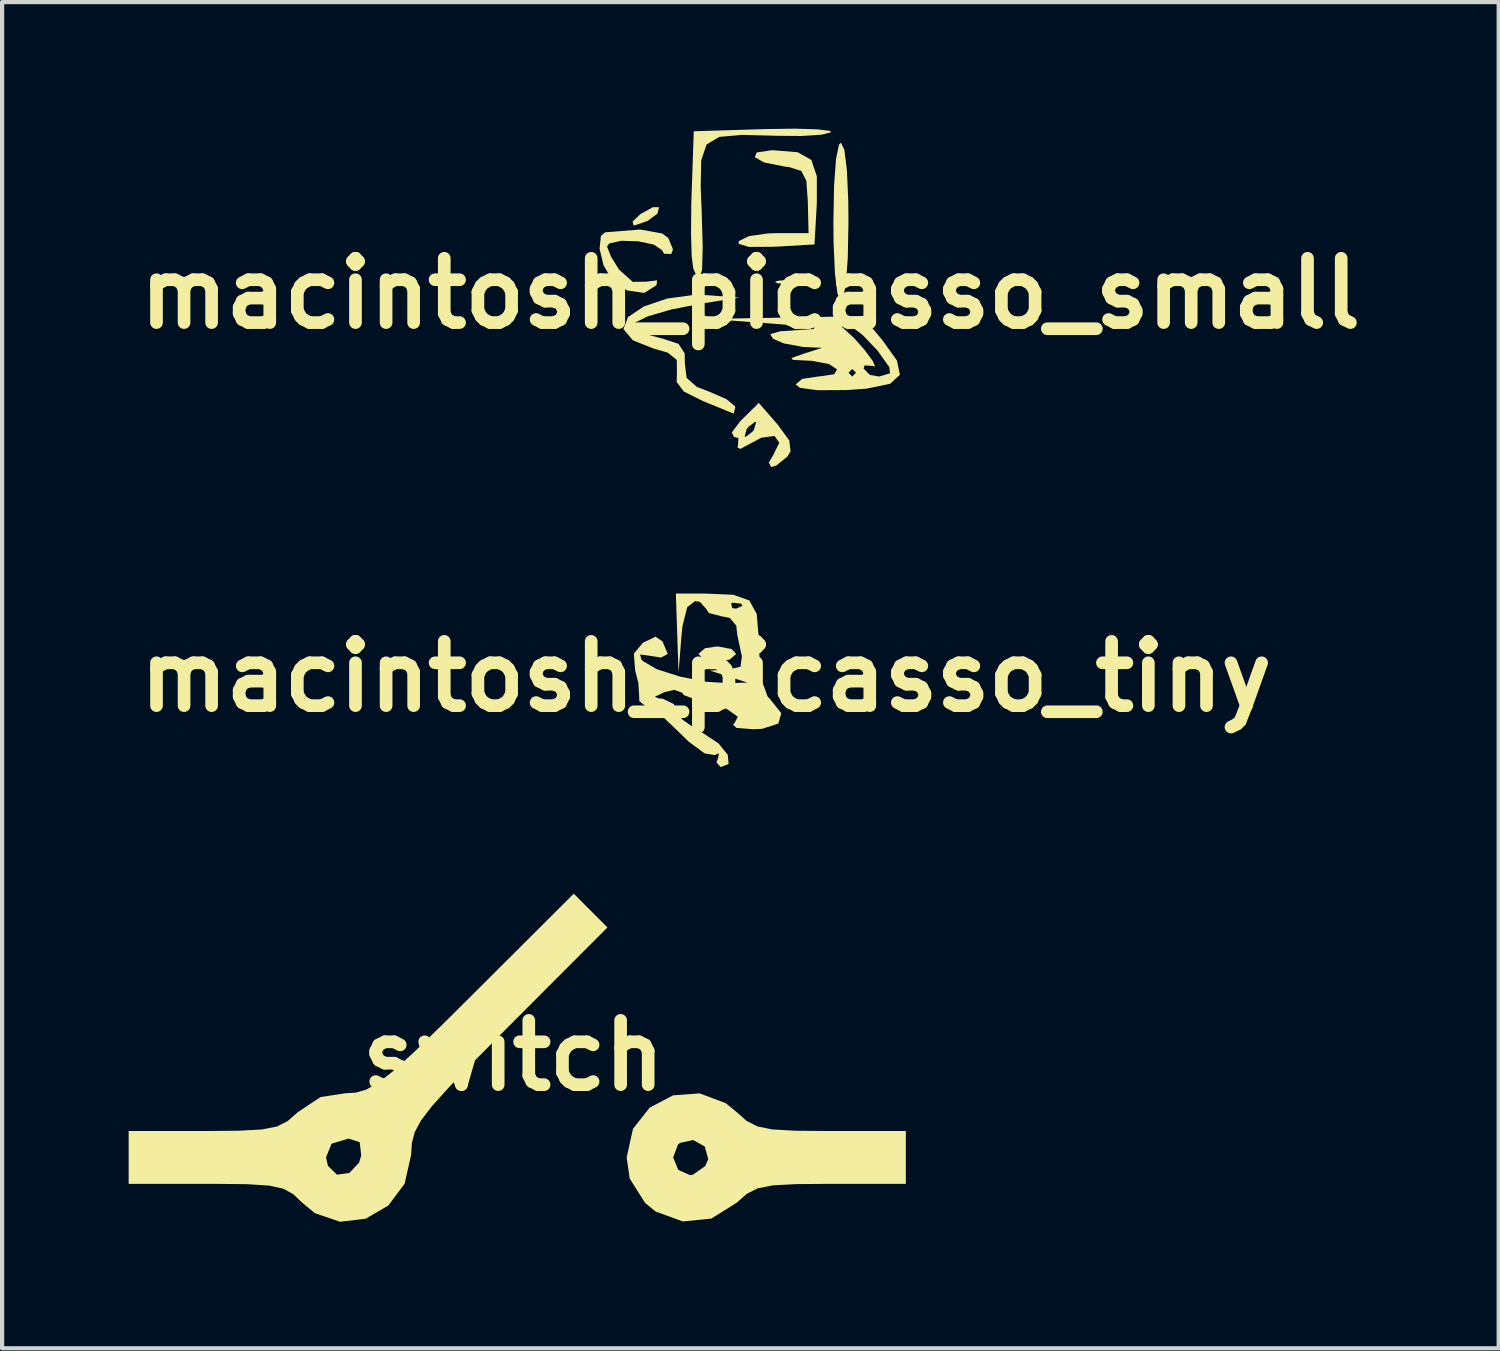
<source format=kicad_pcb>
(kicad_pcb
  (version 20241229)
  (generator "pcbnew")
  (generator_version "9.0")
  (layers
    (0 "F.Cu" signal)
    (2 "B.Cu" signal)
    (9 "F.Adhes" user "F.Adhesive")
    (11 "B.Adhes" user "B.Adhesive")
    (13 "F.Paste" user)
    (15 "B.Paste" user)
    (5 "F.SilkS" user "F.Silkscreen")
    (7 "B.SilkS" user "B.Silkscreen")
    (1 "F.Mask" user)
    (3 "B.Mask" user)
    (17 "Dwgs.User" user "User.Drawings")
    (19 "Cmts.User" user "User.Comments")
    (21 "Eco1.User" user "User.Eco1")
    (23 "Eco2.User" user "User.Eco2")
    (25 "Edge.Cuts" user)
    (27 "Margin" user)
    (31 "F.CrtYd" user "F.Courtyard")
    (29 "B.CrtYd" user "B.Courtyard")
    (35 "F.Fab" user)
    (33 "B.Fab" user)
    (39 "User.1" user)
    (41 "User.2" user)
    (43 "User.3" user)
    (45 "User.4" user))
  (footprint "macintosh_picasso_tiny"
    (layer "F.Cu")
    (at 13.687 12.989)
    (property "Reference" "macintosh_picasso_tiny" (at 0 0 0) (layer "F.SilkS") (effects (font (size 1.524 1.524) (thickness 0.3))))
    (attr board_only exclude_from_pos_files exclude_from_bom)
    (fp_poly (pts (xy 0.604 -0.654) (xy 0.715 -0.537) (xy 0.562 -0.402) (xy 0.268 -0.358) (xy -0.068 -0.419) (xy -0.179 -0.537) (xy -0.026 -0.671) (xy 0.268 -0.715)) (stroke (width 0) (type solid)) (fill yes) (layer "F.SilkS"))
    (fp_poly (pts (xy 0.646 -1.939) (xy 1.026 -1.804) (xy 1.202 -1.486) (xy 1.251 -0.911) (xy 1.252 -0.718) (xy 1.303 0.038) (xy 1.46 0.472) (xy 1.52 0.537) (xy 1.785 0.869) (xy 1.715 1.114) (xy 1.329 1.24) (xy 1.118 1.249) (xy 0.722 1.217) (xy 0.637 1.134) (xy 0.676 1.102) (xy 0.754 0.953) (xy 0.508 0.777) (xy 0.444 0.747) (xy 0.017 0.59) (xy -0.262 0.537) (xy -0.524 0.441) (xy -0.566 0.382) (xy -0.754 0.315) (xy -0.984 0.369) (xy -1.214 0.479) (xy -1.116 0.519) (xy -1.029 0.524) (xy -0.763 0.652) (xy -0.715 0.785) (xy -0.568 1.014) (xy -0.202 1.272) (xy -0.089 1.33) (xy 0.293 1.581) (xy 0.516 1.855) (xy 0.536 2.071) (xy 0.347 2.146) (xy 0.248 2.034) (xy 0.285 1.94) (xy 0.307 1.818) (xy 0.205 1.862) (xy -0.037 1.819) (xy -0.412 1.542) (xy -0.604 1.353) (xy -0.995 0.98) (xy -1.313 0.751) (xy -1.415 0.715) (xy -1.582 0.581) (xy -1.583 0.492) (xy -1.603 0.156) (xy -1.68 -0.147) (xy -1.71 -0.546) (xy -1.493 -0.803) (xy -1.196 -0.945) (xy -1.032 -0.834) (xy -0.907 -0.537) (xy -1.066 -0.45) (xy -1.297 -0.488) (xy -1.563 -0.523) (xy -1.531 -0.406) (xy -1.498 -0.368) (xy -1.165 -0.174) (xy -0.614 0.002) (xy 0.014 0.124) (xy 0.537 0.157) (xy 0.984 0.143) (xy 0.089 -0.143) (xy 0.513 -0.161) (xy 0.818 -0.234) (xy 0.852 -0.483) (xy 0.828 -0.581) (xy 0.74 -0.997) (xy 0.718 -1.207) (xy 0.566 -1.389) (xy 0.358 -1.431) (xy 0.067 -1.506) (xy 0 -1.61) (xy -0.107 -1.729) (xy 0.596 -1.729) (xy 0.621 -1.623) (xy 0.715 -1.61) (xy 0.863 -1.675) (xy 0.835 -1.729) (xy 0.622 -1.751) (xy 0.596 -1.729) (xy -0.107 -1.729) (xy -0.144 -1.77) (xy -0.259 -1.789) (xy -0.445 -1.645) (xy -0.558 -1.194) (xy -0.584 -0.939) (xy -0.651 -0.089) (xy -0.683 -1.029) (xy -0.715 -1.968) (xy -0.015 -1.968)) (stroke (width 0) (type solid)) (fill yes) (layer "F.SilkS")))
  (footprint "switch"
    (layer "F.Cu")
    (at 9.123 21.974)
    (property "Reference" "switch" (at 0 0 0) (layer "F.SilkS") (effects (font (size 1.524 1.524) (thickness 0.3))))
    (attr board_only exclude_from_pos_files exclude_from_bom)
    (fp_poly (pts (xy 5.032 1.129) (xy 5.293 1.342) (xy 5.524 1.547) (xy 5.775 1.678) (xy 6.13 1.75) (xy 6.673 1.782) (xy 7.487 1.789) (xy 7.521 1.789) (xy 9.301 1.789) (xy 9.301 3.041) (xy 7.521 3.041) (xy 6.696 3.047) (xy 6.145 3.077) (xy 5.785 3.148) (xy 5.532 3.277) (xy 5.302 3.48) (xy 5.293 3.488) (xy 4.692 3.864) (xy 4.015 3.933) (xy 3.369 3.697) (xy 3.122 3.496) (xy 2.755 2.916) (xy 2.683 2.415) (xy 3.785 2.415) (xy 3.906 2.709) (xy 4.187 2.835) (xy 4.246 2.828) (xy 4.544 2.622) (xy 4.617 2.457) (xy 4.535 2.156) (xy 4.259 2.002) (xy 3.946 2.071) (xy 3.899 2.111) (xy 3.785 2.415) (xy 2.683 2.415) (xy 2.683 2.415) (xy 2.833 1.737) (xy 3.228 1.235) (xy 3.783 0.943) (xy 4.412 0.896)) (stroke (width 0) (type solid)) (fill yes) (layer "F.SilkS"))
    (fp_poly (pts (xy 1.828 -3.438) (xy 2.228 -3.038) (xy -0.093 -0.712) (xy -0.915 0.116) (xy -1.516 0.737) (xy -1.932 1.198) (xy -2.196 1.544) (xy -2.343 1.82) (xy -2.409 2.072) (xy -2.426 2.345) (xy -2.426 2.353) (xy -2.581 3.039) (xy -2.967 3.555) (xy -3.503 3.867) (xy -4.111 3.94) (xy -4.707 3.737) (xy -5.008 3.488) (xy -5.221 3.286) (xy -5.456 3.156) (xy -5.792 3.083) (xy -6.31 3.049) (xy -7.091 3.041) (xy -7.276 3.041) (xy -9.123 3.041) (xy -9.123 2.413) (xy -4.444 2.413) (xy -4.399 2.615) (xy -4.184 2.824) (xy -3.893 2.784) (xy -3.66 2.537) (xy -3.61 2.368) (xy -3.645 2.053) (xy -3.912 1.968) (xy -4.313 2.09) (xy -4.444 2.413) (xy -9.123 2.413) (xy -9.123 1.789) (xy -7.342 1.789) (xy -6.517 1.782) (xy -5.966 1.752) (xy -5.606 1.681) (xy -5.353 1.553) (xy -5.123 1.35) (xy -5.114 1.342) (xy -4.573 0.983) (xy -3.99 0.894) (xy -3.736 0.878) (xy -3.49 0.807) (xy -3.209 0.648) (xy -2.849 0.365) (xy -2.366 -0.074) (xy -1.717 -0.703) (xy -0.943 -1.472) (xy 1.429 -3.838)) (stroke (width 0) (type solid)) (fill yes) (layer "F.SilkS")))
  (footprint "macintosh_picasso_small"
    (layer "F.Cu")
    (at 14.739 3.908)
    (property "Reference" "macintosh_picasso_small" (at 0 0 0) (layer "F.SilkS") (effects (font (size 1.524 1.524) (thickness 0.3))))
    (attr board_only exclude_from_pos_files exclude_from_bom)
    (fp_poly (pts (xy -2.165 -2.045) (xy -2.203 -1.895) (xy -2.437 -1.72) (xy -2.726 -1.621) (xy -2.773 -1.618) (xy -2.791 -1.707) (xy -2.607 -1.882) (xy -2.309 -2.047)) (stroke (width 0) (type solid)) (fill yes) (layer "F.SilkS"))
    (fp_poly (pts (xy 1.388 -0.302) (xy 1.43 -0.253) (xy 1.173 -0.226) (xy 0.984 -0.224) (xy 0.637 -0.242) (xy 0.585 -0.282) (xy 0.673 -0.305) (xy 1.139 -0.334)) (stroke (width 0) (type solid)) (fill yes) (layer "F.SilkS"))
    (fp_poly (pts (xy 2.228 -3.407) (xy 2.288 -2.927) (xy 2.321 -2.188) (xy 2.325 -1.699) (xy 2.309 -0.84) (xy 2.263 -0.214) (xy 2.193 0.128) (xy 2.146 0.179) (xy 2.065 0.008) (xy 2.005 -0.471) (xy 1.972 -1.211) (xy 1.968 -1.699) (xy 1.984 -2.559) (xy 2.03 -3.184) (xy 2.1 -3.527) (xy 2.146 -3.577)) (stroke (width 0) (type solid)) (fill yes) (layer "F.SilkS"))
    (fp_poly (pts (xy 1.12 -3.349) (xy 1.444 -3.168) (xy 1.576 -2.779) (xy 1.575 -2.13) (xy 1.52 -1.163) (xy 0.565 -1.108) (xy -0.032 -1.104) (xy -0.279 -1.178) (xy -0.274 -1.242) (xy -0.038 -1.359) (xy 0.416 -1.425) (xy 0.611 -1.431) (xy 1.38 -1.431) (xy 1.361 -2.191) (xy 1.327 -2.673) (xy 1.208 -2.904) (xy 0.931 -2.994) (xy 0.805 -3.01) (xy 0.332 -3.105) (xy 0.103 -3.232) (xy 0.151 -3.344) (xy 0.505 -3.396) (xy 0.546 -3.396)) (stroke (width 0) (type solid)) (fill yes) (layer "F.SilkS"))
    (fp_poly (pts (xy 1.596 -3.892) (xy 1.887 -3.855) (xy 1.915 -3.823) (xy 1.683 -3.764) (xy 1.202 -3.734) (xy 0.627 -3.739) (xy -0.204 -3.76) (xy -0.739 -3.712) (xy -1.039 -3.532) (xy -1.165 -3.16) (xy -1.178 -2.534) (xy -1.155 -1.96) (xy -1.13 -1.092) (xy -1.145 -0.566) (xy -1.204 -0.367) (xy -1.307 -0.482) (xy -1.355 -0.596) (xy -1.391 -0.877) (xy -1.407 -1.414) (xy -1.401 -2.107) (xy -1.394 -2.34) (xy -1.342 -3.846) (xy 0.35 -3.898) (xy 1.06 -3.908)) (stroke (width 0) (type solid)) (fill yes) (layer "F.SilkS"))
    (fp_poly (pts (xy -2.09 -1.423) (xy -1.946 -1.316) (xy -1.835 -1.046) (xy -1.877 -0.935) (xy -2.048 -0.944) (xy -2.096 -1.029) (xy -2.289 -1.16) (xy -2.658 -1.237) (xy -3.058 -1.25) (xy -3.343 -1.188) (xy -3.399 -1.113) (xy -3.305 -0.877) (xy -3.115 -0.569) (xy -2.79 -0.276) (xy -2.467 -0.28) (xy -2.212 -0.312) (xy -2.224 -0.198) (xy -2.517 -0.014) (xy -2.923 -0.072) (xy -3.281 -0.327) (xy -3.481 -0.669) (xy -3.575 -1.062) (xy -3.544 -1.366) (xy -3.443 -1.451) (xy -2.61 -1.516)) (stroke (width 0) (type solid)) (fill yes) (layer "F.SilkS"))
    (fp_poly (pts (xy 0.644 3.104) (xy 0.922 3.484) (xy 0.953 3.742) (xy 0.879 3.864) (xy 0.613 4.079) (xy 0.493 4.114) (xy 0.435 4.008) (xy 0.53 3.854) (xy 0.686 3.537) (xy 0.572 3.377) (xy 0.259 3.419) (xy 0.042 3.535) (xy -0.238 3.684) (xy -0.309 3.648) (xy -0.296 3.622) (xy -0.283 3.427) (xy -0.387 3.399) (xy -0.393 3.387) (xy -0.135 3.387) (xy -0.111 3.399) (xy 0.053 3.273) (xy 0.089 3.22) (xy 0.135 3.052) (xy 0.111 3.041) (xy -0.053 3.167) (xy -0.089 3.22) (xy -0.135 3.387) (xy -0.393 3.387) (xy -0.441 3.297) (xy -0.246 3.035) (xy -0.208 2.996) (xy 0.2 2.594)) (stroke (width 0) (type solid)) (fill yes) (layer "F.SilkS"))
    (fp_poly (pts (xy -1.012 0.04) (xy -0.268 0.098) (xy -1.163 0.239) (xy -1.876 0.379) (xy -2.431 0.541) (xy -2.761 0.701) (xy -2.805 0.832) (xy -2.574 0.937) (xy -2.151 1.052) (xy -2.111 1.061) (xy -1.704 1.193) (xy -1.557 1.419) (xy -1.553 1.657) (xy -1.512 2.001) (xy -1.267 2.215) (xy -0.971 2.329) (xy -0.568 2.504) (xy -0.364 2.672) (xy -0.358 2.697) (xy -0.394 2.845) (xy -0.402 2.845) (xy -0.58 2.773) (xy -0.969 2.613) (xy -1.133 2.546) (xy -1.576 2.325) (xy -1.747 2.099) (xy -1.741 1.86) (xy -1.745 1.574) (xy -1.956 1.404) (xy -2.306 1.302) (xy -2.786 1.109) (xy -3.008 0.845) (xy -3.009 0.84) (xy -2.9 0.558) (xy -2.523 0.306) (xy -1.971 0.119) (xy -1.332 0.033)) (stroke (width 0) (type solid)) (fill yes) (layer "F.SilkS"))
    (fp_poly (pts (xy 3.123 1.097) (xy 3.475 1.589) (xy 3.545 1.927) (xy 3.313 2.14) (xy 2.758 2.255) (xy 2.279 2.289) (xy 1.588 2.293) (xy 1.175 2.236) (xy 1.073 2.155) (xy 1.229 2.024) (xy 1.605 1.968) (xy 1.62 1.968) (xy 1.987 1.915) (xy 2.009 1.878) (xy 2.325 1.878) (xy 2.415 1.968) (xy 2.504 1.878) (xy 2.415 1.789) (xy 2.325 1.878) (xy 2.009 1.878) (xy 2.055 1.798) (xy 1.863 1.672) (xy 1.448 1.595) (xy 1.376 1.592) (xy 1.007 1.573) (xy 0.973 1.53) (xy 1.249 1.432) (xy 1.252 1.431) (xy 1.699 1.288) (xy 1.252 1.267) (xy 0.793 1.183) (xy 0.537 1.073) (xy 0.471 0.964) (xy 0.706 0.896) (xy 1.163 0.864) (xy 1.501 0.841) (xy 1.519 0.811) (xy 1.3 0.783) (xy 2.162 0.783) (xy 2.236 0.852) (xy 2.465 1.063) (xy 2.71 1.341) (xy 2.898 1.595) (xy 2.959 1.731) (xy 2.907 1.719) (xy 2.711 1.703) (xy 2.683 1.778) (xy 2.833 1.931) (xy 3.051 1.968) (xy 3.31 1.893) (xy 3.293 1.744) (xy 3.014 1.353) (xy 2.665 0.987) (xy 2.356 0.752) (xy 2.249 0.718) (xy 2.162 0.783) (xy 1.3 0.783) (xy 1.205 0.77) (xy 0.547 0.716) (xy 0.537 0.715) (xy -0.984 0.603) (xy 2.651 0.537)) (stroke (width 0) (type solid)) (fill yes) (layer "F.SilkS")))
  (gr_rect
    (start -3 -3)
    (end 32.479 28.914)
    (stroke (width 0.1) (type default))
    (fill no)
    (layer "Edge.Cuts")))
</source>
